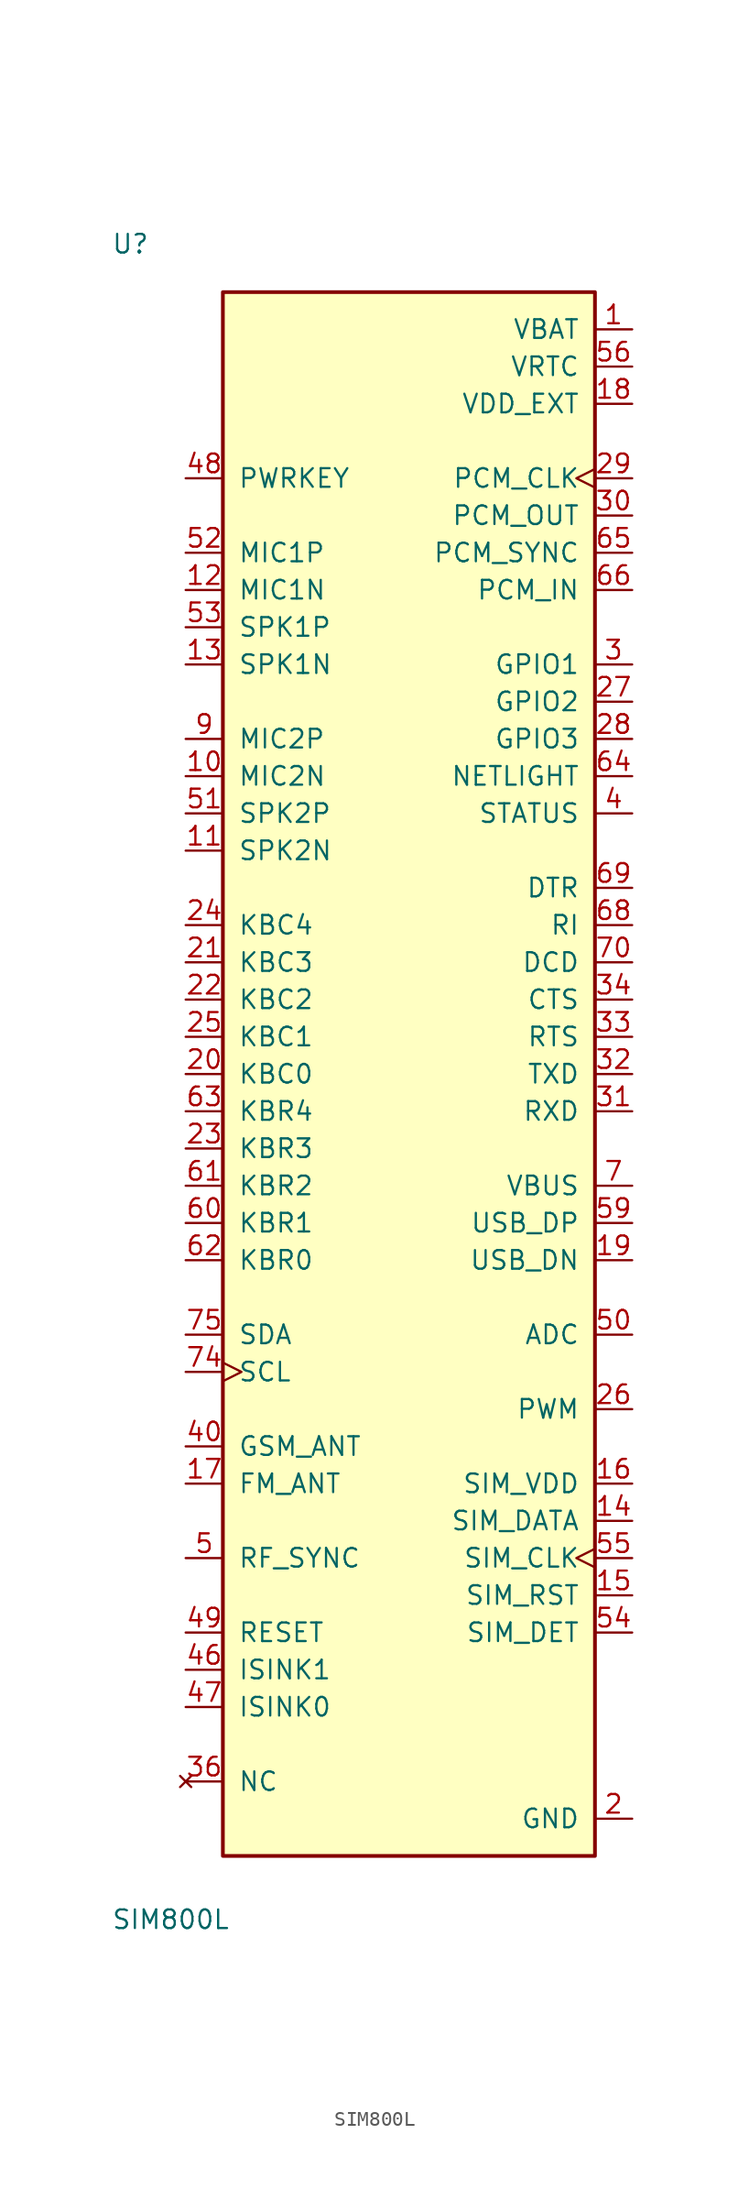
<source format=kicad_sym>
(kicad_symbol_lib
  (version 20220914)
  (generator kicad_symbol_editor)
  (symbol "SIM800L"
    (pin_names
      (offset 1.016))
    (property "Reference" "U"
      (at -20.32 55.88 0)
      (effects (font (size 1.27 1.27)) (justify left bottom)))
    (property "Value" "SIM800L"
      (at -20.32 -58.42 0)
      (effects (font (size 1.27 1.27)) (justify left bottom)))
    (symbol "SIM800L_0_0"
      (rectangle (start -12.7 53.34) (end 12.7 -53.34) (stroke (width 0.254) (type default)) (fill (type background)))
      (pin power_in line (at 15.24 50.8 180) (length 2.54) (name "VBAT" (effects (font (size 1.27 1.27)))) (number "1" (effects (font (size 1.27 1.27)))))
      (pin input line (at -15.24 20.32 0) (length 2.54) (name "MIC2N" (effects (font (size 1.27 1.27)))) (number "10" (effects (font (size 1.27 1.27)))))
      (pin output line (at -15.24 15.24 0) (length 2.54) (name "SPK2N" (effects (font (size 1.27 1.27)))) (number "11" (effects (font (size 1.27 1.27)))))
      (pin input line (at -15.24 33.02 0) (length 2.54) (name "MIC1N" (effects (font (size 1.27 1.27)))) (number "12" (effects (font (size 1.27 1.27)))))
      (pin output line (at -15.24 27.94 0) (length 2.54) (name "SPK1N" (effects (font (size 1.27 1.27)))) (number "13" (effects (font (size 1.27 1.27)))))
      (pin bidirectional line (at 15.24 -30.48 180) (length 2.54) (name "SIM_DATA" (effects (font (size 1.27 1.27)))) (number "14" (effects (font (size 1.27 1.27)))))
      (pin output line (at 15.24 -35.56 180) (length 2.54) (name "SIM_RST" (effects (font (size 1.27 1.27)))) (number "15" (effects (font (size 1.27 1.27)))))
      (pin output line (at 15.24 -27.94 180) (length 2.54) (name "SIM_VDD" (effects (font (size 1.27 1.27)))) (number "16" (effects (font (size 1.27 1.27)))))
      (pin input line (at -15.24 -27.94 0) (length 2.54) (name "FM_ANT" (effects (font (size 1.27 1.27)))) (number "17" (effects (font (size 1.27 1.27)))))
      (pin power_in line (at 15.24 45.72 180) (length 2.54) (name "VDD_EXT" (effects (font (size 1.27 1.27)))) (number "18" (effects (font (size 1.27 1.27)))))
      (pin bidirectional line (at 15.24 -12.7 180) (length 2.54) (name "USB_DN" (effects (font (size 1.27 1.27)))) (number "19" (effects (font (size 1.27 1.27)))))
      (pin power_in line (at 15.24 -50.8 180) (length 2.54) (name "GND" (effects (font (size 1.27 1.27)))) (number "2" (effects (font (size 1.27 1.27)))))
      (pin input line (at -15.24 0 0) (length 2.54) (name "KBC0" (effects (font (size 1.27 1.27)))) (number "20" (effects (font (size 1.27 1.27)))))
      (pin input line (at -15.24 7.62 0) (length 2.54) (name "KBC3" (effects (font (size 1.27 1.27)))) (number "21" (effects (font (size 1.27 1.27)))))
      (pin input line (at -15.24 5.08 0) (length 2.54) (name "KBC2" (effects (font (size 1.27 1.27)))) (number "22" (effects (font (size 1.27 1.27)))))
      (pin output line (at -15.24 -5.08 0) (length 2.54) (name "KBR3" (effects (font (size 1.27 1.27)))) (number "23" (effects (font (size 1.27 1.27)))))
      (pin input line (at -15.24 10.16 0) (length 2.54) (name "KBC4" (effects (font (size 1.27 1.27)))) (number "24" (effects (font (size 1.27 1.27)))))
      (pin input line (at -15.24 2.54 0) (length 2.54) (name "KBC1" (effects (font (size 1.27 1.27)))) (number "25" (effects (font (size 1.27 1.27)))))
      (pin output line (at 15.24 -22.86 180) (length 2.54) (name "PWM" (effects (font (size 1.27 1.27)))) (number "26" (effects (font (size 1.27 1.27)))))
      (pin bidirectional line (at 15.24 25.4 180) (length 2.54) (name "GPIO2" (effects (font (size 1.27 1.27)))) (number "27" (effects (font (size 1.27 1.27)))))
      (pin bidirectional line (at 15.24 22.86 180) (length 2.54) (name "GPIO3" (effects (font (size 1.27 1.27)))) (number "28" (effects (font (size 1.27 1.27)))))
      (pin output clock (at 15.24 40.64 180) (length 2.54) (name "PCM_CLK" (effects (font (size 1.27 1.27)))) (number "29" (effects (font (size 1.27 1.27)))))
      (pin bidirectional line (at 15.24 27.94 180) (length 2.54) (name "GPIO1" (effects (font (size 1.27 1.27)))) (number "3" (effects (font (size 1.27 1.27)))))
      (pin output line (at 15.24 38.1 180) (length 2.54) (name "PCM_OUT" (effects (font (size 1.27 1.27)))) (number "30" (effects (font (size 1.27 1.27)))))
      (pin input line (at 15.24 -2.54 180) (length 2.54) (name "RXD" (effects (font (size 1.27 1.27)))) (number "31" (effects (font (size 1.27 1.27)))))
      (pin output line (at 15.24 0 180) (length 2.54) (name "TXD" (effects (font (size 1.27 1.27)))) (number "32" (effects (font (size 1.27 1.27)))))
      (pin input line (at 15.24 2.54 180) (length 2.54) (name "RTS" (effects (font (size 1.27 1.27)))) (number "33" (effects (font (size 1.27 1.27)))))
      (pin output line (at 15.24 5.08 180) (length 2.54) (name "CTS" (effects (font (size 1.27 1.27)))) (number "34" (effects (font (size 1.27 1.27)))))
      (pin power_in line (at 15.24 -50.8 180) (length 2.54) hide (name "GND" (effects (font (size 1.27 1.27)))) (number "35" (effects (font (size 1.27 1.27)))))
      (pin no_connect line (at -15.24 -48.26 0) (length 2.54) (name "NC" (effects (font (size 1.27 1.27)))) (number "36" (effects (font (size 1.27 1.27)))))
      (pin power_in line (at 15.24 -50.8 180) (length 2.54) hide (name "GND" (effects (font (size 1.27 1.27)))) (number "37" (effects (font (size 1.27 1.27)))))
      (pin power_in line (at 15.24 -50.8 180) (length 2.54) hide (name "GND" (effects (font (size 1.27 1.27)))) (number "38" (effects (font (size 1.27 1.27)))))
      (pin power_in line (at 15.24 -50.8 180) (length 2.54) hide (name "GND" (effects (font (size 1.27 1.27)))) (number "39" (effects (font (size 1.27 1.27)))))
      (pin output line (at 15.24 17.78 180) (length 2.54) (name "STATUS" (effects (font (size 1.27 1.27)))) (number "4" (effects (font (size 1.27 1.27)))))
      (pin bidirectional line (at -15.24 -25.4 0) (length 2.54) (name "GSM_ANT" (effects (font (size 1.27 1.27)))) (number "40" (effects (font (size 1.27 1.27)))))
      (pin power_in line (at 15.24 -50.8 180) (length 2.54) hide (name "GND" (effects (font (size 1.27 1.27)))) (number "41" (effects (font (size 1.27 1.27)))))
      (pin power_in line (at 15.24 50.8 180) (length 2.54) hide (name "VBAT" (effects (font (size 1.27 1.27)))) (number "42" (effects (font (size 1.27 1.27)))))
      (pin power_in line (at 15.24 -50.8 180) (length 2.54) hide (name "GND" (effects (font (size 1.27 1.27)))) (number "43" (effects (font (size 1.27 1.27)))))
      (pin power_in line (at 15.24 -50.8 180) (length 2.54) hide (name "GND" (effects (font (size 1.27 1.27)))) (number "44" (effects (font (size 1.27 1.27)))))
      (pin power_in line (at 15.24 -50.8 180) (length 2.54) hide (name "GND" (effects (font (size 1.27 1.27)))) (number "45" (effects (font (size 1.27 1.27)))))
      (pin input line (at -15.24 -40.64 0) (length 2.54) (name "ISINK1" (effects (font (size 1.27 1.27)))) (number "46" (effects (font (size 1.27 1.27)))))
      (pin input line (at -15.24 -43.18 0) (length 2.54) (name "ISINK0" (effects (font (size 1.27 1.27)))) (number "47" (effects (font (size 1.27 1.27)))))
      (pin input line (at -15.24 40.64 0) (length 2.54) (name "PWRKEY" (effects (font (size 1.27 1.27)))) (number "48" (effects (font (size 1.27 1.27)))))
      (pin input line (at -15.24 -38.1 0) (length 2.54) (name "RESET" (effects (font (size 1.27 1.27)))) (number "49" (effects (font (size 1.27 1.27)))))
      (pin output line (at -15.24 -33.02 0) (length 2.54) (name "RF_SYNC" (effects (font (size 1.27 1.27)))) (number "5" (effects (font (size 1.27 1.27)))))
      (pin input line (at 15.24 -17.78 180) (length 2.54) (name "ADC" (effects (font (size 1.27 1.27)))) (number "50" (effects (font (size 1.27 1.27)))))
      (pin output line (at -15.24 17.78 0) (length 2.54) (name "SPK2P" (effects (font (size 1.27 1.27)))) (number "51" (effects (font (size 1.27 1.27)))))
      (pin input line (at -15.24 35.56 0) (length 2.54) (name "MIC1P" (effects (font (size 1.27 1.27)))) (number "52" (effects (font (size 1.27 1.27)))))
      (pin output line (at -15.24 30.48 0) (length 2.54) (name "SPK1P" (effects (font (size 1.27 1.27)))) (number "53" (effects (font (size 1.27 1.27)))))
      (pin input line (at 15.24 -38.1 180) (length 2.54) (name "SIM_DET" (effects (font (size 1.27 1.27)))) (number "54" (effects (font (size 1.27 1.27)))))
      (pin output clock (at 15.24 -33.02 180) (length 2.54) (name "SIM_CLK" (effects (font (size 1.27 1.27)))) (number "55" (effects (font (size 1.27 1.27)))))
      (pin power_in line (at 15.24 48.26 180) (length 2.54) (name "VRTC" (effects (font (size 1.27 1.27)))) (number "56" (effects (font (size 1.27 1.27)))))
      (pin no_connect line (at -15.24 -48.26 0) (length 2.54) hide (name "NC" (effects (font (size 1.27 1.27)))) (number "57" (effects (font (size 1.27 1.27)))))
      (pin power_in line (at 15.24 -50.8 180) (length 2.54) hide (name "GND" (effects (font (size 1.27 1.27)))) (number "58" (effects (font (size 1.27 1.27)))))
      (pin bidirectional line (at 15.24 -10.16 180) (length 2.54) (name "USB_DP" (effects (font (size 1.27 1.27)))) (number "59" (effects (font (size 1.27 1.27)))))
      (pin power_in line (at 15.24 -50.8 180) (length 2.54) hide (name "GND" (effects (font (size 1.27 1.27)))) (number "6" (effects (font (size 1.27 1.27)))))
      (pin output line (at -15.24 -10.16 0) (length 2.54) (name "KBR1" (effects (font (size 1.27 1.27)))) (number "60" (effects (font (size 1.27 1.27)))))
      (pin output line (at -15.24 -7.62 0) (length 2.54) (name "KBR2" (effects (font (size 1.27 1.27)))) (number "61" (effects (font (size 1.27 1.27)))))
      (pin output line (at -15.24 -12.7 0) (length 2.54) (name "KBR0" (effects (font (size 1.27 1.27)))) (number "62" (effects (font (size 1.27 1.27)))))
      (pin output line (at -15.24 -2.54 0) (length 2.54) (name "KBR4" (effects (font (size 1.27 1.27)))) (number "63" (effects (font (size 1.27 1.27)))))
      (pin output line (at 15.24 20.32 180) (length 2.54) (name "NETLIGHT" (effects (font (size 1.27 1.27)))) (number "64" (effects (font (size 1.27 1.27)))))
      (pin output line (at 15.24 35.56 180) (length 2.54) (name "PCM_SYNC" (effects (font (size 1.27 1.27)))) (number "65" (effects (font (size 1.27 1.27)))))
      (pin input line (at 15.24 33.02 180) (length 2.54) (name "PCM_IN" (effects (font (size 1.27 1.27)))) (number "66" (effects (font (size 1.27 1.27)))))
      (pin power_in line (at 15.24 -50.8 180) (length 2.54) hide (name "GND" (effects (font (size 1.27 1.27)))) (number "67" (effects (font (size 1.27 1.27)))))
      (pin output line (at 15.24 10.16 180) (length 2.54) (name "RI" (effects (font (size 1.27 1.27)))) (number "68" (effects (font (size 1.27 1.27)))))
      (pin input line (at 15.24 12.7 180) (length 2.54) (name "DTR" (effects (font (size 1.27 1.27)))) (number "69" (effects (font (size 1.27 1.27)))))
      (pin input line (at 15.24 -7.62 180) (length 2.54) (name "VBUS" (effects (font (size 1.27 1.27)))) (number "7" (effects (font (size 1.27 1.27)))))
      (pin output line (at 15.24 7.62 180) (length 2.54) (name "DCD" (effects (font (size 1.27 1.27)))) (number "70" (effects (font (size 1.27 1.27)))))
      (pin power_in line (at 15.24 -50.8 180) (length 2.54) hide (name "GND" (effects (font (size 1.27 1.27)))) (number "71" (effects (font (size 1.27 1.27)))))
      (pin power_in line (at 15.24 -50.8 180) (length 2.54) hide (name "GND" (effects (font (size 1.27 1.27)))) (number "72" (effects (font (size 1.27 1.27)))))
      (pin power_in line (at 15.24 -50.8 180) (length 2.54) hide (name "GND" (effects (font (size 1.27 1.27)))) (number "73" (effects (font (size 1.27 1.27)))))
      (pin output clock (at -15.24 -20.32 0) (length 2.54) (name "SCL" (effects (font (size 1.27 1.27)))) (number "74" (effects (font (size 1.27 1.27)))))
      (pin bidirectional line (at -15.24 -17.78 0) (length 2.54) (name "SDA" (effects (font (size 1.27 1.27)))) (number "75" (effects (font (size 1.27 1.27)))))
      (pin power_in line (at 15.24 -50.8 180) (length 2.54) hide (name "GND" (effects (font (size 1.27 1.27)))) (number "76" (effects (font (size 1.27 1.27)))))
      (pin power_in line (at 15.24 -50.8 180) (length 2.54) hide (name "GND" (effects (font (size 1.27 1.27)))) (number "77" (effects (font (size 1.27 1.27)))))
      (pin power_in line (at 15.24 -50.8 180) (length 2.54) hide (name "GND" (effects (font (size 1.27 1.27)))) (number "78" (effects (font (size 1.27 1.27)))))
      (pin power_in line (at 15.24 -50.8 180) (length 2.54) hide (name "GND" (effects (font (size 1.27 1.27)))) (number "79" (effects (font (size 1.27 1.27)))))
      (pin power_in line (at 15.24 -50.8 180) (length 2.54) hide (name "GND" (effects (font (size 1.27 1.27)))) (number "8" (effects (font (size 1.27 1.27)))))
      (pin power_in line (at 15.24 -50.8 180) (length 2.54) hide (name "GND" (effects (font (size 1.27 1.27)))) (number "80" (effects (font (size 1.27 1.27)))))
      (pin power_in line (at 15.24 -50.8 180) (length 2.54) hide (name "GND" (effects (font (size 1.27 1.27)))) (number "81" (effects (font (size 1.27 1.27)))))
      (pin power_in line (at 15.24 -50.8 180) (length 2.54) hide (name "GND" (effects (font (size 1.27 1.27)))) (number "82" (effects (font (size 1.27 1.27)))))
      (pin power_in line (at 15.24 -50.8 180) (length 2.54) hide (name "GND" (effects (font (size 1.27 1.27)))) (number "83" (effects (font (size 1.27 1.27)))))
      (pin power_in line (at 15.24 -50.8 180) (length 2.54) hide (name "GND" (effects (font (size 1.27 1.27)))) (number "84" (effects (font (size 1.27 1.27)))))
      (pin power_in line (at 15.24 -50.8 180) (length 2.54) hide (name "GND" (effects (font (size 1.27 1.27)))) (number "85" (effects (font (size 1.27 1.27)))))
      (pin power_in line (at 15.24 -50.8 180) (length 2.54) hide (name "GND" (effects (font (size 1.27 1.27)))) (number "86" (effects (font (size 1.27 1.27)))))
      (pin power_in line (at 15.24 -50.8 180) (length 2.54) hide (name "GND" (effects (font (size 1.27 1.27)))) (number "87" (effects (font (size 1.27 1.27)))))
      (pin power_in line (at 15.24 -50.8 180) (length 2.54) hide (name "GND" (effects (font (size 1.27 1.27)))) (number "88" (effects (font (size 1.27 1.27)))))
      (pin input line (at -15.24 22.86 0) (length 2.54) (name "MIC2P" (effects (font (size 1.27 1.27)))) (number "9" (effects (font (size 1.27 1.27))))))))
</source>
